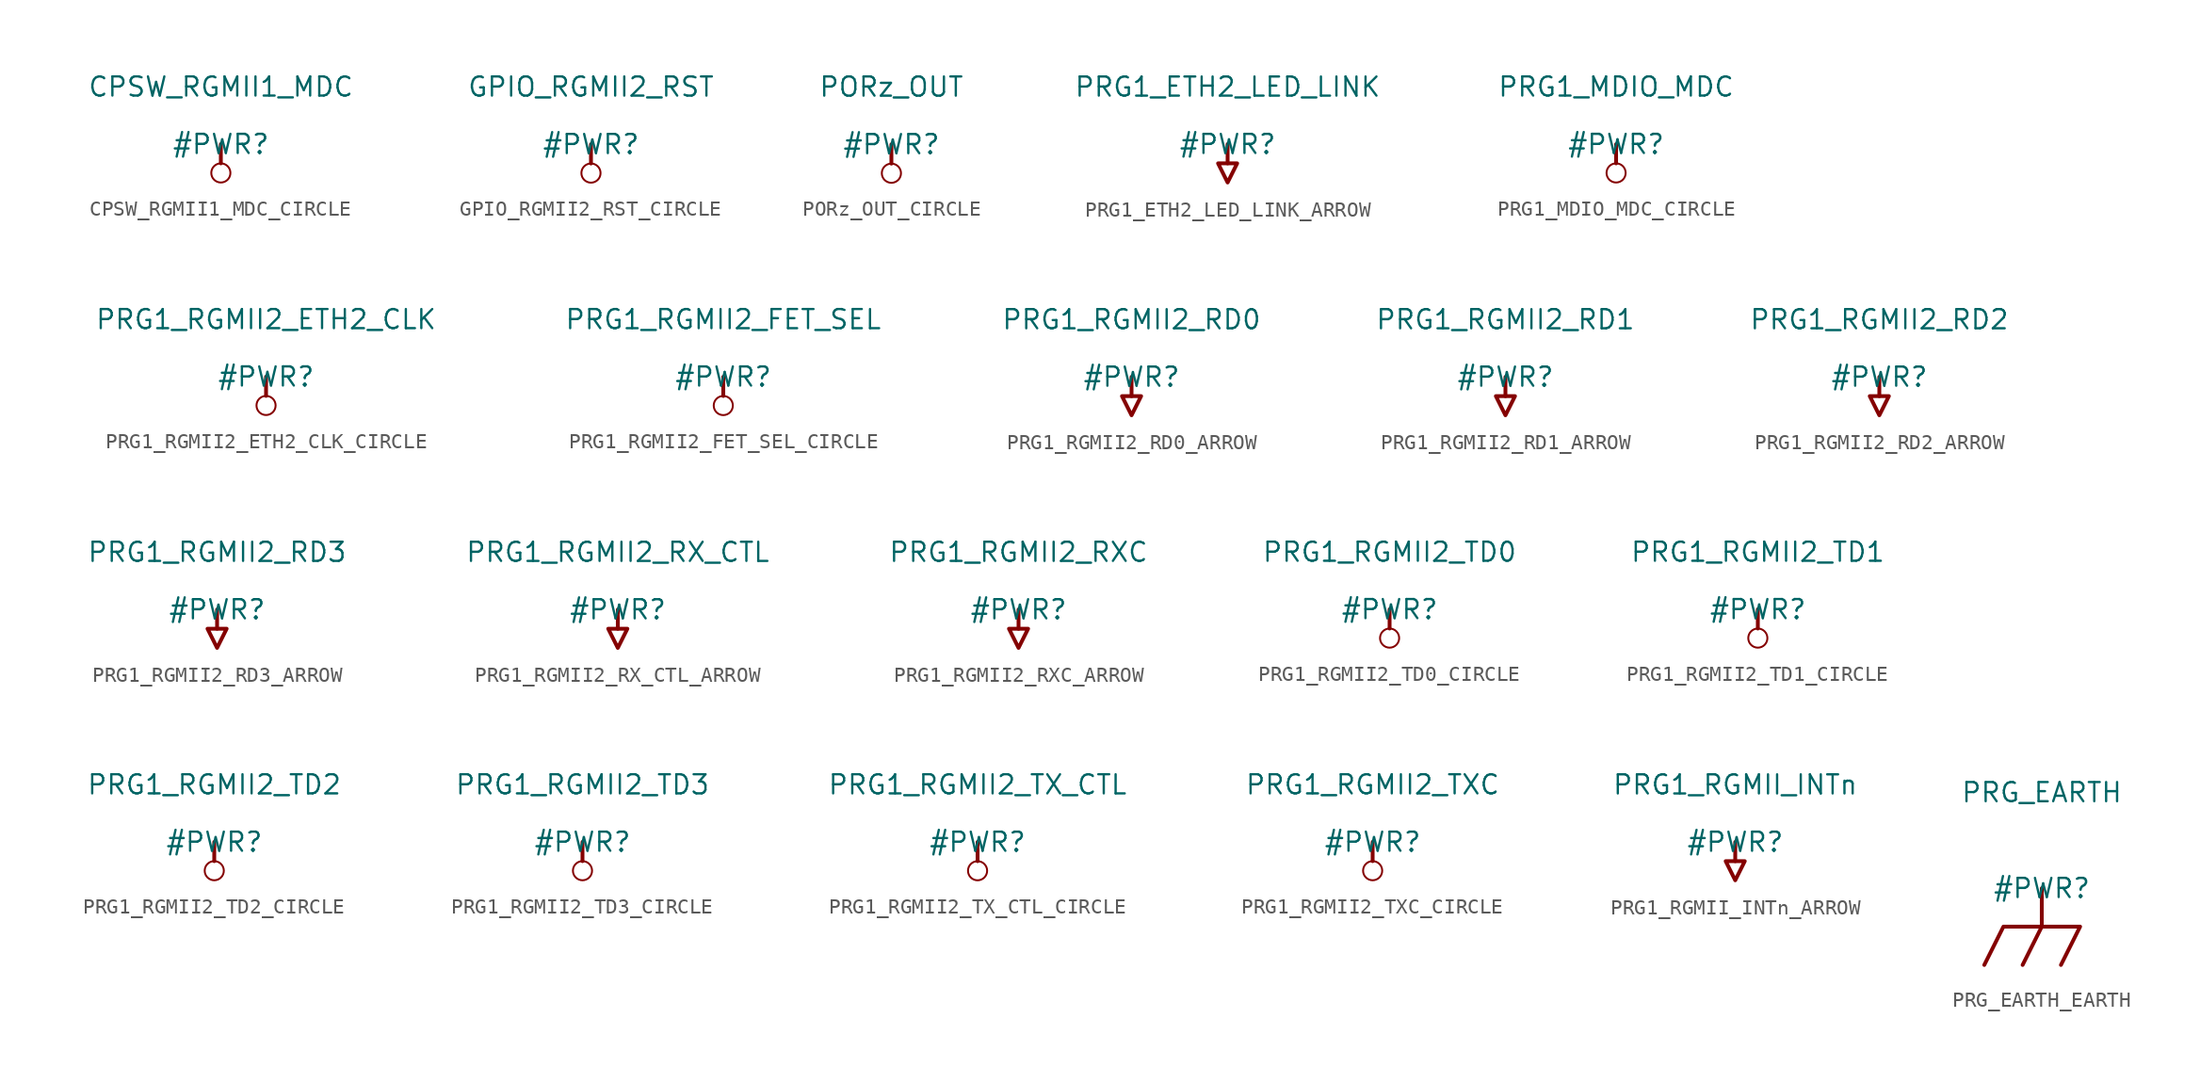
<source format=kicad_sym>
(kicad_symbol_lib
  (version 20231120)
  (generator "kicad_symbol_editor")
  (generator_version "8.0")
  (symbol "CPSW_RGMII1_MDC_CIRCLE"
    (power)
    (property "Reference" "#PWR"
      (at 0 0 0)
      (effects (font (size 1.27 1.27))))
    (property "Value" "CPSW_RGMII1_MDC"
      (at 0 3.81 0)
      (effects (font (size 1.27 1.27))))
    (symbol "CPSW_RGMII1_MDC_CIRCLE_0_0"
      (circle (center 0 -1.905) (radius 0.635) (stroke (width 0.127) (type solid)) (fill (type none)))
      (polyline (pts (xy 0 0) (xy 0 -1.27)) (stroke (width 0.254) (type solid)) (fill (type none)))
      (pin power_in line (at 0 0 0) (length 0) hide (name "CPSW_RGMII1_MDC" (effects (font (size 1.27 1.27)))) (number "" (effects (font (size 1.27 1.27)))))))
  (symbol "GPIO_RGMII2_RST_CIRCLE"
    (power)
    (property "Reference" "#PWR"
      (at 0 0 0)
      (effects (font (size 1.27 1.27))))
    (property "Value" "GPIO_RGMII2_RST"
      (at 0 3.81 0)
      (effects (font (size 1.27 1.27))))
    (symbol "GPIO_RGMII2_RST_CIRCLE_0_0"
      (circle (center 0 -1.905) (radius 0.635) (stroke (width 0.127) (type solid)) (fill (type none)))
      (polyline (pts (xy 0 0) (xy 0 -1.27)) (stroke (width 0.254) (type solid)) (fill (type none)))
      (pin power_in line (at 0 0 0) (length 0) hide (name "GPIO_RGMII2_RST" (effects (font (size 1.27 1.27)))) (number "" (effects (font (size 1.27 1.27)))))))
  (symbol "PORz_OUT_CIRCLE"
    (power)
    (property "Reference" "#PWR"
      (at 0 0 0)
      (effects (font (size 1.27 1.27))))
    (property "Value" "PORz_OUT"
      (at 0 3.81 0)
      (effects (font (size 1.27 1.27))))
    (symbol "PORz_OUT_CIRCLE_0_0"
      (circle (center 0 -1.905) (radius 0.635) (stroke (width 0.127) (type solid)) (fill (type none)))
      (polyline (pts (xy 0 0) (xy 0 -1.27)) (stroke (width 0.254) (type solid)) (fill (type none)))
      (pin power_in line (at 0 0 0) (length 0) hide (name "PORz_OUT" (effects (font (size 1.27 1.27)))) (number "" (effects (font (size 1.27 1.27)))))))
  (symbol "PRG1_ETH2_LED_LINK_ARROW"
    (power)
    (property "Reference" "#PWR"
      (at 0 0 0)
      (effects (font (size 1.27 1.27))))
    (property "Value" "PRG1_ETH2_LED_LINK"
      (at 0 3.81 0)
      (effects (font (size 1.27 1.27))))
    (symbol "PRG1_ETH2_LED_LINK_ARROW_0_0"
      (polyline (pts (xy 0 0) (xy 0 -1.27)) (stroke (width 0.254) (type solid)) (fill (type none)))
      (polyline (pts (xy -0.635 -1.27) (xy 0.635 -1.27) (xy 0 -2.54) (xy -0.635 -1.27)) (stroke (width 0.254) (type solid)) (fill (type none)))
      (pin power_in line (at 0 0 0) (length 0) hide (name "PRG1_ETH2_LED_LINK" (effects (font (size 1.27 1.27)))) (number "" (effects (font (size 1.27 1.27)))))))
  (symbol "PRG1_MDIO_MDC_CIRCLE"
    (power)
    (property "Reference" "#PWR"
      (at 0 0 0)
      (effects (font (size 1.27 1.27))))
    (property "Value" "PRG1_MDIO_MDC"
      (at 0 3.81 0)
      (effects (font (size 1.27 1.27))))
    (symbol "PRG1_MDIO_MDC_CIRCLE_0_0"
      (circle (center 0 -1.905) (radius 0.635) (stroke (width 0.127) (type solid)) (fill (type none)))
      (polyline (pts (xy 0 0) (xy 0 -1.27)) (stroke (width 0.254) (type solid)) (fill (type none)))
      (pin power_in line (at 0 0 0) (length 0) hide (name "PRG1_MDIO_MDC" (effects (font (size 1.27 1.27)))) (number "" (effects (font (size 1.27 1.27)))))))
  (symbol "PRG1_RGMII2_ETH2_CLK_CIRCLE"
    (power)
    (property "Reference" "#PWR"
      (at 0 0 0)
      (effects (font (size 1.27 1.27))))
    (property "Value" "PRG1_RGMII2_ETH2_CLK"
      (at 0 3.81 0)
      (effects (font (size 1.27 1.27))))
    (symbol "PRG1_RGMII2_ETH2_CLK_CIRCLE_0_0"
      (circle (center 0 -1.905) (radius 0.635) (stroke (width 0.127) (type solid)) (fill (type none)))
      (polyline (pts (xy 0 0) (xy 0 -1.27)) (stroke (width 0.254) (type solid)) (fill (type none)))
      (pin power_in line (at 0 0 0) (length 0) hide (name "PRG1_RGMII2_ETH2_CLK" (effects (font (size 1.27 1.27)))) (number "" (effects (font (size 1.27 1.27)))))))
  (symbol "PRG1_RGMII2_FET_SEL_CIRCLE"
    (power)
    (property "Reference" "#PWR"
      (at 0 0 0)
      (effects (font (size 1.27 1.27))))
    (property "Value" "PRG1_RGMII2_FET_SEL"
      (at 0 3.81 0)
      (effects (font (size 1.27 1.27))))
    (symbol "PRG1_RGMII2_FET_SEL_CIRCLE_0_0"
      (circle (center 0 -1.905) (radius 0.635) (stroke (width 0.127) (type solid)) (fill (type none)))
      (polyline (pts (xy 0 0) (xy 0 -1.27)) (stroke (width 0.254) (type solid)) (fill (type none)))
      (pin power_in line (at 0 0 0) (length 0) hide (name "PRG1_RGMII2_FET_SEL" (effects (font (size 1.27 1.27)))) (number "" (effects (font (size 1.27 1.27)))))))
  (symbol "PRG1_RGMII2_RD0_ARROW"
    (power)
    (property "Reference" "#PWR"
      (at 0 0 0)
      (effects (font (size 1.27 1.27))))
    (property "Value" "PRG1_RGMII2_RD0"
      (at 0 3.81 0)
      (effects (font (size 1.27 1.27))))
    (symbol "PRG1_RGMII2_RD0_ARROW_0_0"
      (polyline (pts (xy 0 0) (xy 0 -1.27)) (stroke (width 0.254) (type solid)) (fill (type none)))
      (polyline (pts (xy -0.635 -1.27) (xy 0.635 -1.27) (xy 0 -2.54) (xy -0.635 -1.27)) (stroke (width 0.254) (type solid)) (fill (type none)))
      (pin power_in line (at 0 0 0) (length 0) hide (name "PRG1_RGMII2_RD0" (effects (font (size 1.27 1.27)))) (number "" (effects (font (size 1.27 1.27)))))))
  (symbol "PRG1_RGMII2_RD1_ARROW"
    (power)
    (property "Reference" "#PWR"
      (at 0 0 0)
      (effects (font (size 1.27 1.27))))
    (property "Value" "PRG1_RGMII2_RD1"
      (at 0 3.81 0)
      (effects (font (size 1.27 1.27))))
    (symbol "PRG1_RGMII2_RD1_ARROW_0_0"
      (polyline (pts (xy 0 0) (xy 0 -1.27)) (stroke (width 0.254) (type solid)) (fill (type none)))
      (polyline (pts (xy -0.635 -1.27) (xy 0.635 -1.27) (xy 0 -2.54) (xy -0.635 -1.27)) (stroke (width 0.254) (type solid)) (fill (type none)))
      (pin power_in line (at 0 0 0) (length 0) hide (name "PRG1_RGMII2_RD1" (effects (font (size 1.27 1.27)))) (number "" (effects (font (size 1.27 1.27)))))))
  (symbol "PRG1_RGMII2_RD2_ARROW"
    (power)
    (property "Reference" "#PWR"
      (at 0 0 0)
      (effects (font (size 1.27 1.27))))
    (property "Value" "PRG1_RGMII2_RD2"
      (at 0 3.81 0)
      (effects (font (size 1.27 1.27))))
    (symbol "PRG1_RGMII2_RD2_ARROW_0_0"
      (polyline (pts (xy 0 0) (xy 0 -1.27)) (stroke (width 0.254) (type solid)) (fill (type none)))
      (polyline (pts (xy -0.635 -1.27) (xy 0.635 -1.27) (xy 0 -2.54) (xy -0.635 -1.27)) (stroke (width 0.254) (type solid)) (fill (type none)))
      (pin power_in line (at 0 0 0) (length 0) hide (name "PRG1_RGMII2_RD2" (effects (font (size 1.27 1.27)))) (number "" (effects (font (size 1.27 1.27)))))))
  (symbol "PRG1_RGMII2_RD3_ARROW"
    (power)
    (property "Reference" "#PWR"
      (at 0 0 0)
      (effects (font (size 1.27 1.27))))
    (property "Value" "PRG1_RGMII2_RD3"
      (at 0 3.81 0)
      (effects (font (size 1.27 1.27))))
    (symbol "PRG1_RGMII2_RD3_ARROW_0_0"
      (polyline (pts (xy 0 0) (xy 0 -1.27)) (stroke (width 0.254) (type solid)) (fill (type none)))
      (polyline (pts (xy -0.635 -1.27) (xy 0.635 -1.27) (xy 0 -2.54) (xy -0.635 -1.27)) (stroke (width 0.254) (type solid)) (fill (type none)))
      (pin power_in line (at 0 0 0) (length 0) hide (name "PRG1_RGMII2_RD3" (effects (font (size 1.27 1.27)))) (number "" (effects (font (size 1.27 1.27)))))))
  (symbol "PRG1_RGMII2_RX_CTL_ARROW"
    (power)
    (property "Reference" "#PWR"
      (at 0 0 0)
      (effects (font (size 1.27 1.27))))
    (property "Value" "PRG1_RGMII2_RX_CTL"
      (at 0 3.81 0)
      (effects (font (size 1.27 1.27))))
    (symbol "PRG1_RGMII2_RX_CTL_ARROW_0_0"
      (polyline (pts (xy 0 0) (xy 0 -1.27)) (stroke (width 0.254) (type solid)) (fill (type none)))
      (polyline (pts (xy -0.635 -1.27) (xy 0.635 -1.27) (xy 0 -2.54) (xy -0.635 -1.27)) (stroke (width 0.254) (type solid)) (fill (type none)))
      (pin power_in line (at 0 0 0) (length 0) hide (name "PRG1_RGMII2_RX_CTL" (effects (font (size 1.27 1.27)))) (number "" (effects (font (size 1.27 1.27)))))))
  (symbol "PRG1_RGMII2_RXC_ARROW"
    (power)
    (property "Reference" "#PWR"
      (at 0 0 0)
      (effects (font (size 1.27 1.27))))
    (property "Value" "PRG1_RGMII2_RXC"
      (at 0 3.81 0)
      (effects (font (size 1.27 1.27))))
    (symbol "PRG1_RGMII2_RXC_ARROW_0_0"
      (polyline (pts (xy 0 0) (xy 0 -1.27)) (stroke (width 0.254) (type solid)) (fill (type none)))
      (polyline (pts (xy -0.635 -1.27) (xy 0.635 -1.27) (xy 0 -2.54) (xy -0.635 -1.27)) (stroke (width 0.254) (type solid)) (fill (type none)))
      (pin power_in line (at 0 0 0) (length 0) hide (name "PRG1_RGMII2_RXC" (effects (font (size 1.27 1.27)))) (number "" (effects (font (size 1.27 1.27)))))))
  (symbol "PRG1_RGMII2_TD0_CIRCLE"
    (power)
    (property "Reference" "#PWR"
      (at 0 0 0)
      (effects (font (size 1.27 1.27))))
    (property "Value" "PRG1_RGMII2_TD0"
      (at 0 3.81 0)
      (effects (font (size 1.27 1.27))))
    (symbol "PRG1_RGMII2_TD0_CIRCLE_0_0"
      (circle (center 0 -1.905) (radius 0.635) (stroke (width 0.127) (type solid)) (fill (type none)))
      (polyline (pts (xy 0 0) (xy 0 -1.27)) (stroke (width 0.254) (type solid)) (fill (type none)))
      (pin power_in line (at 0 0 0) (length 0) hide (name "PRG1_RGMII2_TD0" (effects (font (size 1.27 1.27)))) (number "" (effects (font (size 1.27 1.27)))))))
  (symbol "PRG1_RGMII2_TD1_CIRCLE"
    (power)
    (property "Reference" "#PWR"
      (at 0 0 0)
      (effects (font (size 1.27 1.27))))
    (property "Value" "PRG1_RGMII2_TD1"
      (at 0 3.81 0)
      (effects (font (size 1.27 1.27))))
    (symbol "PRG1_RGMII2_TD1_CIRCLE_0_0"
      (circle (center 0 -1.905) (radius 0.635) (stroke (width 0.127) (type solid)) (fill (type none)))
      (polyline (pts (xy 0 0) (xy 0 -1.27)) (stroke (width 0.254) (type solid)) (fill (type none)))
      (pin power_in line (at 0 0 0) (length 0) hide (name "PRG1_RGMII2_TD1" (effects (font (size 1.27 1.27)))) (number "" (effects (font (size 1.27 1.27)))))))
  (symbol "PRG1_RGMII2_TD2_CIRCLE"
    (power)
    (property "Reference" "#PWR"
      (at 0 0 0)
      (effects (font (size 1.27 1.27))))
    (property "Value" "PRG1_RGMII2_TD2"
      (at 0 3.81 0)
      (effects (font (size 1.27 1.27))))
    (symbol "PRG1_RGMII2_TD2_CIRCLE_0_0"
      (circle (center 0 -1.905) (radius 0.635) (stroke (width 0.127) (type solid)) (fill (type none)))
      (polyline (pts (xy 0 0) (xy 0 -1.27)) (stroke (width 0.254) (type solid)) (fill (type none)))
      (pin power_in line (at 0 0 0) (length 0) hide (name "PRG1_RGMII2_TD2" (effects (font (size 1.27 1.27)))) (number "" (effects (font (size 1.27 1.27)))))))
  (symbol "PRG1_RGMII2_TD3_CIRCLE"
    (power)
    (property "Reference" "#PWR"
      (at 0 0 0)
      (effects (font (size 1.27 1.27))))
    (property "Value" "PRG1_RGMII2_TD3"
      (at 0 3.81 0)
      (effects (font (size 1.27 1.27))))
    (symbol "PRG1_RGMII2_TD3_CIRCLE_0_0"
      (circle (center 0 -1.905) (radius 0.635) (stroke (width 0.127) (type solid)) (fill (type none)))
      (polyline (pts (xy 0 0) (xy 0 -1.27)) (stroke (width 0.254) (type solid)) (fill (type none)))
      (pin power_in line (at 0 0 0) (length 0) hide (name "PRG1_RGMII2_TD3" (effects (font (size 1.27 1.27)))) (number "" (effects (font (size 1.27 1.27)))))))
  (symbol "PRG1_RGMII2_TX_CTL_CIRCLE"
    (power)
    (property "Reference" "#PWR"
      (at 0 0 0)
      (effects (font (size 1.27 1.27))))
    (property "Value" "PRG1_RGMII2_TX_CTL"
      (at 0 3.81 0)
      (effects (font (size 1.27 1.27))))
    (symbol "PRG1_RGMII2_TX_CTL_CIRCLE_0_0"
      (circle (center 0 -1.905) (radius 0.635) (stroke (width 0.127) (type solid)) (fill (type none)))
      (polyline (pts (xy 0 0) (xy 0 -1.27)) (stroke (width 0.254) (type solid)) (fill (type none)))
      (pin power_in line (at 0 0 0) (length 0) hide (name "PRG1_RGMII2_TX_CTL" (effects (font (size 1.27 1.27)))) (number "" (effects (font (size 1.27 1.27)))))))
  (symbol "PRG1_RGMII2_TXC_CIRCLE"
    (power)
    (property "Reference" "#PWR"
      (at 0 0 0)
      (effects (font (size 1.27 1.27))))
    (property "Value" "PRG1_RGMII2_TXC"
      (at 0 3.81 0)
      (effects (font (size 1.27 1.27))))
    (symbol "PRG1_RGMII2_TXC_CIRCLE_0_0"
      (circle (center 0 -1.905) (radius 0.635) (stroke (width 0.127) (type solid)) (fill (type none)))
      (polyline (pts (xy 0 0) (xy 0 -1.27)) (stroke (width 0.254) (type solid)) (fill (type none)))
      (pin power_in line (at 0 0 0) (length 0) hide (name "PRG1_RGMII2_TXC" (effects (font (size 1.27 1.27)))) (number "" (effects (font (size 1.27 1.27)))))))
  (symbol "PRG1_RGMII_INTn_ARROW"
    (power)
    (property "Reference" "#PWR"
      (at 0 0 0)
      (effects (font (size 1.27 1.27))))
    (property "Value" "PRG1_RGMII_INTn"
      (at 0 3.81 0)
      (effects (font (size 1.27 1.27))))
    (symbol "PRG1_RGMII_INTn_ARROW_0_0"
      (polyline (pts (xy 0 0) (xy 0 -1.27)) (stroke (width 0.254) (type solid)) (fill (type none)))
      (polyline (pts (xy -0.635 -1.27) (xy 0.635 -1.27) (xy 0 -2.54) (xy -0.635 -1.27)) (stroke (width 0.254) (type solid)) (fill (type none)))
      (pin power_in line (at 0 0 0) (length 0) hide (name "PRG1_RGMII_INTn" (effects (font (size 1.27 1.27)))) (number "" (effects (font (size 1.27 1.27)))))))
  (symbol "PRG_EARTH_EARTH"
    (power)
    (property "Reference" "#PWR"
      (at 0 0 0)
      (effects (font (size 1.27 1.27))))
    (property "Value" "PRG_EARTH"
      (at 0 6.35 0)
      (effects (font (size 1.27 1.27))))
    (symbol "PRG_EARTH_EARTH_0_0"
      (polyline (pts (xy 0 -2.54) (xy -1.27 -5.08)) (stroke (width 0.254) (type solid)) (fill (type none)))
      (polyline (pts (xy 0 0) (xy 0 -2.54)) (stroke (width 0.254) (type solid)) (fill (type none)))
      (polyline (pts (xy -3.81 -5.08) (xy -2.54 -2.54) (xy 2.54 -2.54) (xy 1.27 -5.08)) (stroke (width 0.254) (type solid)) (fill (type none)))
      (pin power_in line (at 0 0 0) (length 0) hide (name "PRG_EARTH" (effects (font (size 1.27 1.27)))) (number "" (effects (font (size 1.27 1.27))))))))
</source>
